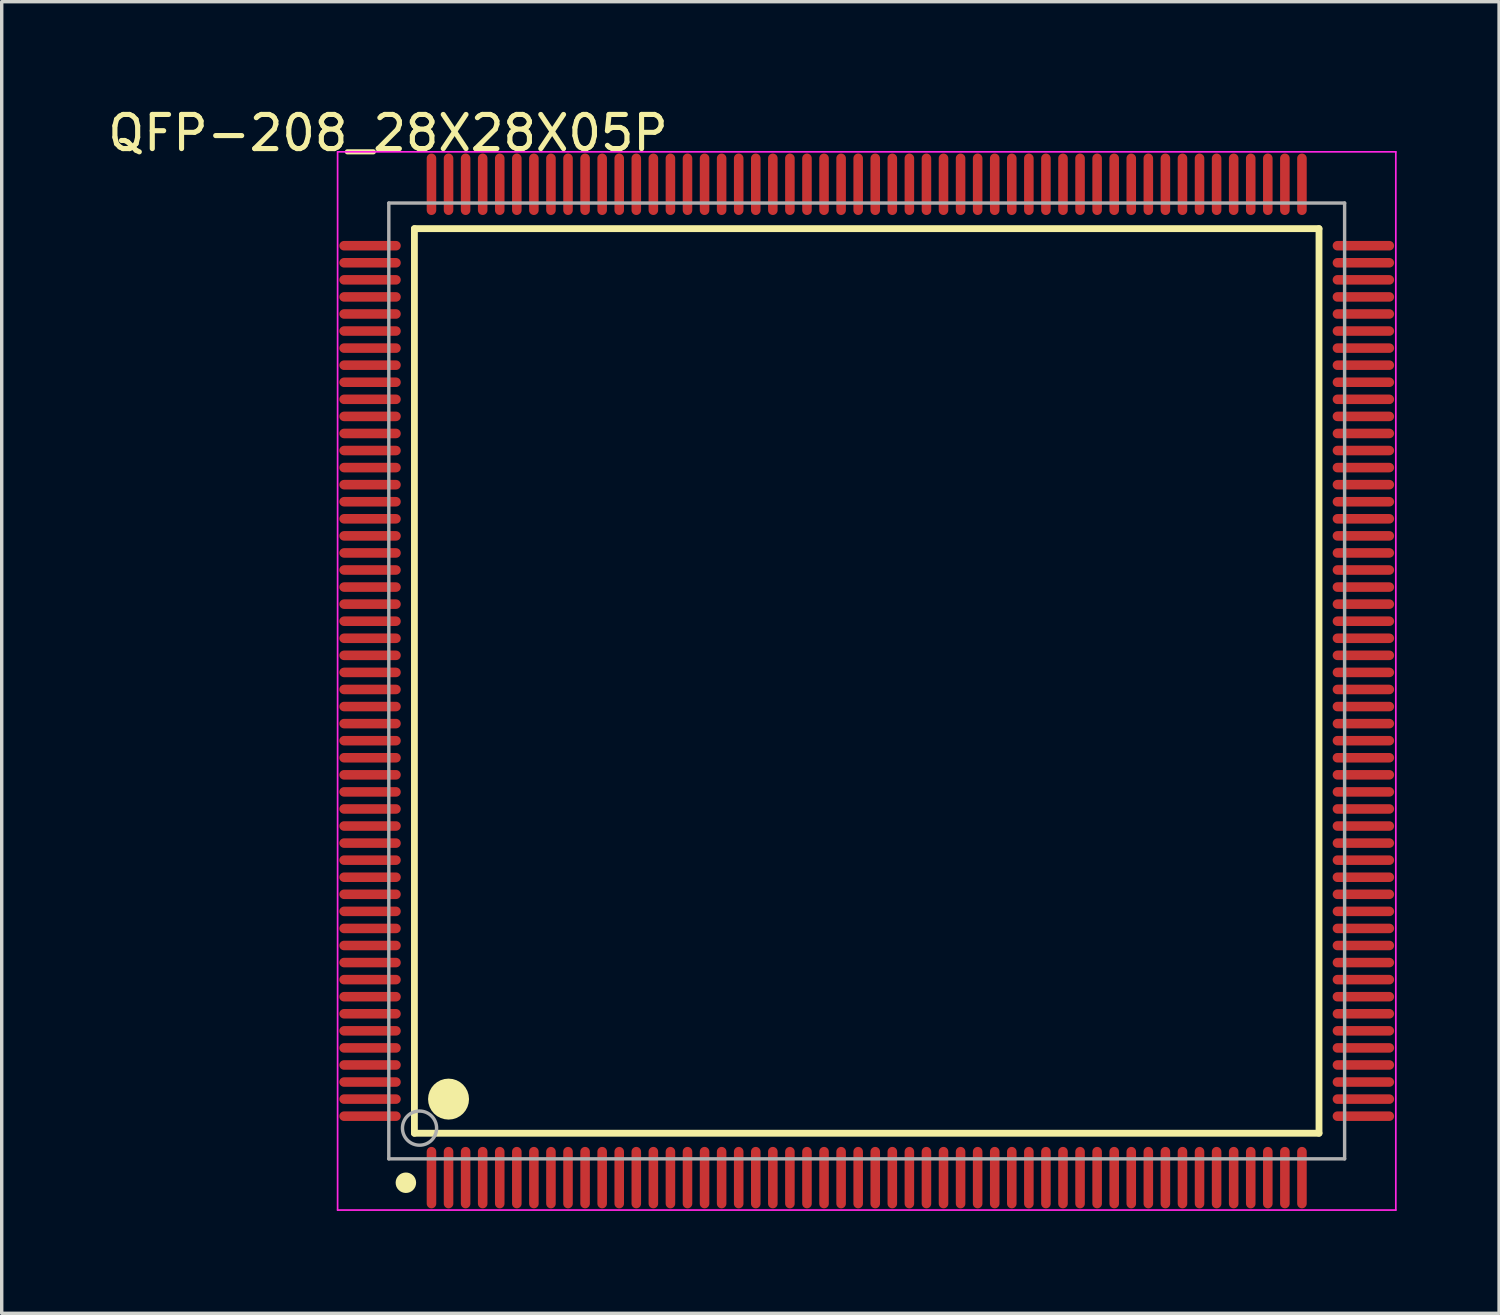
<source format=kicad_pcb>
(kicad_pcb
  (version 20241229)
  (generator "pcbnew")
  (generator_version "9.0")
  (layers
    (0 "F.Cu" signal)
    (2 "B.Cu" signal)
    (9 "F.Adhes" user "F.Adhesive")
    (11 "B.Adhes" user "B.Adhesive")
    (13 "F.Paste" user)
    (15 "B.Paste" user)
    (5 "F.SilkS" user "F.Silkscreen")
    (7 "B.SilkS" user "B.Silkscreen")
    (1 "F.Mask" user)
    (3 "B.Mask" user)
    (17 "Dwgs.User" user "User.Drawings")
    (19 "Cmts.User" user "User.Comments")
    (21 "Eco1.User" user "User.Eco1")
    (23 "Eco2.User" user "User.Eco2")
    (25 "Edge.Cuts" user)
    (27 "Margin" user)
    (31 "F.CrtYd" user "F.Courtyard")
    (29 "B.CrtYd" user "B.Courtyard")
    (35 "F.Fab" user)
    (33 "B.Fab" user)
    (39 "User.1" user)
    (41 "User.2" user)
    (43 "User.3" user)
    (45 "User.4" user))
  (footprint "QFP-208_28X28X05P"
    (layer "F.Cu")
    (at 22.34 16.898)
    (property "Reference" "QFP-208_28X28X05P" (at -14.024 -16.05 0) (layer "F.SilkS") (effects (font (size 1 1) (thickness 0.15))))
    (attr through_hole)
    (fp_line (start -13.25 -13.25) (end 13.25 -13.25) (stroke (width 0.2) (type solid)) (layer "F.SilkS"))
    (fp_line (start -13.25 13.25) (end -13.25 -13.25) (stroke (width 0.2) (type solid)) (layer "F.SilkS"))
    (fp_line (start -13.25 13.25) (end 13.25 13.25) (stroke (width 0.2) (type solid)) (layer "F.SilkS"))
    (fp_line (start 13.25 13.25) (end 13.25 -13.25) (stroke (width 0.2) (type solid)) (layer "F.SilkS"))
    (fp_circle (center -13.5 14.7) (end -13.35 14.7) (stroke (width 0.3) (type solid)) (fill no) (layer "F.SilkS"))
    (fp_circle (center -12.25 12.25) (end -11.95 12.25) (stroke (width 0.6) (type solid)) (fill no) (layer "F.SilkS"))
    (fp_line (start -15.5 -15.5) (end 15.5 -15.5) (stroke (width 0.05) (type solid)) (layer "F.CrtYd"))
    (fp_line (start -15.5 15.5) (end -15.5 -15.5) (stroke (width 0.05) (type solid)) (layer "F.CrtYd"))
    (fp_line (start 15.5 -15.5) (end 15.5 15.5) (stroke (width 0.05) (type solid)) (layer "F.CrtYd"))
    (fp_line (start 15.5 15.5) (end -15.5 15.5) (stroke (width 0.05) (type solid)) (layer "F.CrtYd"))
    (fp_line (start -14 -14) (end 14 -14) (stroke (width 0.1) (type solid)) (layer "F.Fab"))
    (fp_line (start -14 14) (end -14 -14) (stroke (width 0.1) (type solid)) (layer "F.Fab"))
    (fp_line (start -14 14) (end 14 14) (stroke (width 0.1) (type solid)) (layer "F.Fab"))
    (fp_line (start 14 14) (end 14 -14) (stroke (width 0.1) (type solid)) (layer "F.Fab"))
    (fp_circle (center -13.1 13.1) (end -12.6 13.1) (stroke (width 0.1) (type solid)) (fill no) (layer "F.Fab"))
    (pad "1" smd oval (at -12.75 14.55 180) (size 0.28 1.8) (layers "F.Cu" "F.Mask" "F.Paste"))
    (pad "2" smd oval (at -12.25 14.55 180) (size 0.28 1.8) (layers "F.Cu" "F.Mask" "F.Paste"))
    (pad "3" smd oval (at -11.75 14.55 180) (size 0.28 1.8) (layers "F.Cu" "F.Mask" "F.Paste"))
    (pad "4" smd oval (at -11.25 14.55 180) (size 0.28 1.8) (layers "F.Cu" "F.Mask" "F.Paste"))
    (pad "5" smd oval (at -10.75 14.55 180) (size 0.28 1.8) (layers "F.Cu" "F.Mask" "F.Paste"))
    (pad "6" smd oval (at -10.25 14.55 180) (size 0.28 1.8) (layers "F.Cu" "F.Mask" "F.Paste"))
    (pad "7" smd oval (at -9.75 14.55 180) (size 0.28 1.8) (layers "F.Cu" "F.Mask" "F.Paste"))
    (pad "8" smd oval (at -9.25 14.55 180) (size 0.28 1.8) (layers "F.Cu" "F.Mask" "F.Paste"))
    (pad "9" smd oval (at -8.75 14.55 180) (size 0.28 1.8) (layers "F.Cu" "F.Mask" "F.Paste"))
    (pad "10" smd oval (at -8.25 14.55 180) (size 0.28 1.8) (layers "F.Cu" "F.Mask" "F.Paste"))
    (pad "11" smd oval (at -7.75 14.55 180) (size 0.28 1.8) (layers "F.Cu" "F.Mask" "F.Paste"))
    (pad "12" smd oval (at -7.25 14.55 180) (size 0.28 1.8) (layers "F.Cu" "F.Mask" "F.Paste"))
    (pad "13" smd oval (at -6.75 14.55 180) (size 0.28 1.8) (layers "F.Cu" "F.Mask" "F.Paste"))
    (pad "14" smd oval (at -6.25 14.55 180) (size 0.28 1.8) (layers "F.Cu" "F.Mask" "F.Paste"))
    (pad "15" smd oval (at -5.75 14.55 180) (size 0.28 1.8) (layers "F.Cu" "F.Mask" "F.Paste"))
    (pad "16" smd oval (at -5.25 14.55 180) (size 0.28 1.8) (layers "F.Cu" "F.Mask" "F.Paste"))
    (pad "17" smd oval (at -4.75 14.55 180) (size 0.28 1.8) (layers "F.Cu" "F.Mask" "F.Paste"))
    (pad "18" smd oval (at -4.25 14.55 180) (size 0.28 1.8) (layers "F.Cu" "F.Mask" "F.Paste"))
    (pad "19" smd oval (at -3.75 14.55 180) (size 0.28 1.8) (layers "F.Cu" "F.Mask" "F.Paste"))
    (pad "20" smd oval (at -3.25 14.55 180) (size 0.28 1.8) (layers "F.Cu" "F.Mask" "F.Paste"))
    (pad "21" smd oval (at -2.75 14.55 180) (size 0.28 1.8) (layers "F.Cu" "F.Mask" "F.Paste"))
    (pad "22" smd oval (at -2.25 14.55 180) (size 0.28 1.8) (layers "F.Cu" "F.Mask" "F.Paste"))
    (pad "23" smd oval (at -1.75 14.55 180) (size 0.28 1.8) (layers "F.Cu" "F.Mask" "F.Paste"))
    (pad "24" smd oval (at -1.25 14.55 180) (size 0.28 1.8) (layers "F.Cu" "F.Mask" "F.Paste"))
    (pad "25" smd oval (at -0.75 14.55 180) (size 0.28 1.8) (layers "F.Cu" "F.Mask" "F.Paste"))
    (pad "26" smd oval (at -0.25 14.55 180) (size 0.28 1.8) (layers "F.Cu" "F.Mask" "F.Paste"))
    (pad "27" smd oval (at 0.25 14.55 180) (size 0.28 1.8) (layers "F.Cu" "F.Mask" "F.Paste"))
    (pad "28" smd oval (at 0.75 14.55 180) (size 0.28 1.8) (layers "F.Cu" "F.Mask" "F.Paste"))
    (pad "29" smd oval (at 1.25 14.55 180) (size 0.28 1.8) (layers "F.Cu" "F.Mask" "F.Paste"))
    (pad "30" smd oval (at 1.75 14.55 180) (size 0.28 1.8) (layers "F.Cu" "F.Mask" "F.Paste"))
    (pad "31" smd oval (at 2.25 14.55 180) (size 0.28 1.8) (layers "F.Cu" "F.Mask" "F.Paste"))
    (pad "32" smd oval (at 2.75 14.55 180) (size 0.28 1.8) (layers "F.Cu" "F.Mask" "F.Paste"))
    (pad "33" smd oval (at 3.25 14.55 180) (size 0.28 1.8) (layers "F.Cu" "F.Mask" "F.Paste"))
    (pad "34" smd oval (at 3.75 14.55 180) (size 0.28 1.8) (layers "F.Cu" "F.Mask" "F.Paste"))
    (pad "35" smd oval (at 4.25 14.55 180) (size 0.28 1.8) (layers "F.Cu" "F.Mask" "F.Paste"))
    (pad "36" smd oval (at 4.75 14.55 180) (size 0.28 1.8) (layers "F.Cu" "F.Mask" "F.Paste"))
    (pad "37" smd oval (at 5.25 14.55 180) (size 0.28 1.8) (layers "F.Cu" "F.Mask" "F.Paste"))
    (pad "38" smd oval (at 5.75 14.55 180) (size 0.28 1.8) (layers "F.Cu" "F.Mask" "F.Paste"))
    (pad "39" smd oval (at 6.25 14.55 180) (size 0.28 1.8) (layers "F.Cu" "F.Mask" "F.Paste"))
    (pad "40" smd oval (at 6.75 14.55 180) (size 0.28 1.8) (layers "F.Cu" "F.Mask" "F.Paste"))
    (pad "41" smd oval (at 7.25 14.55 180) (size 0.28 1.8) (layers "F.Cu" "F.Mask" "F.Paste"))
    (pad "42" smd oval (at 7.75 14.55 180) (size 0.28 1.8) (layers "F.Cu" "F.Mask" "F.Paste"))
    (pad "43" smd oval (at 8.25 14.55 180) (size 0.28 1.8) (layers "F.Cu" "F.Mask" "F.Paste"))
    (pad "44" smd oval (at 8.75 14.55 180) (size 0.28 1.8) (layers "F.Cu" "F.Mask" "F.Paste"))
    (pad "45" smd oval (at 9.25 14.55 180) (size 0.28 1.8) (layers "F.Cu" "F.Mask" "F.Paste"))
    (pad "46" smd oval (at 9.75 14.55 180) (size 0.28 1.8) (layers "F.Cu" "F.Mask" "F.Paste"))
    (pad "47" smd oval (at 10.25 14.55 180) (size 0.28 1.8) (layers "F.Cu" "F.Mask" "F.Paste"))
    (pad "48" smd oval (at 10.75 14.55 180) (size 0.28 1.8) (layers "F.Cu" "F.Mask" "F.Paste"))
    (pad "49" smd oval (at 11.25 14.55 180) (size 0.28 1.8) (layers "F.Cu" "F.Mask" "F.Paste"))
    (pad "50" smd oval (at 11.75 14.55 180) (size 0.28 1.8) (layers "F.Cu" "F.Mask" "F.Paste"))
    (pad "51" smd oval (at 12.25 14.55 180) (size 0.28 1.8) (layers "F.Cu" "F.Mask" "F.Paste"))
    (pad "52" smd oval (at 12.75 14.55 180) (size 0.28 1.8) (layers "F.Cu" "F.Mask" "F.Paste"))
    (pad "53" smd oval (at 14.55 12.75 90) (size 0.28 1.8) (layers "F.Cu" "F.Mask" "F.Paste"))
    (pad "54" smd oval (at 14.55 12.25 90) (size 0.28 1.8) (layers "F.Cu" "F.Mask" "F.Paste"))
    (pad "55" smd oval (at 14.55 11.75 90) (size 0.28 1.8) (layers "F.Cu" "F.Mask" "F.Paste"))
    (pad "56" smd oval (at 14.55 11.25 90) (size 0.28 1.8) (layers "F.Cu" "F.Mask" "F.Paste"))
    (pad "57" smd oval (at 14.55 10.75 90) (size 0.28 1.8) (layers "F.Cu" "F.Mask" "F.Paste"))
    (pad "58" smd oval (at 14.55 10.25 90) (size 0.28 1.8) (layers "F.Cu" "F.Mask" "F.Paste"))
    (pad "59" smd oval (at 14.55 9.75 90) (size 0.28 1.8) (layers "F.Cu" "F.Mask" "F.Paste"))
    (pad "60" smd oval (at 14.55 9.25 90) (size 0.28 1.8) (layers "F.Cu" "F.Mask" "F.Paste"))
    (pad "61" smd oval (at 14.55 8.75 90) (size 0.28 1.8) (layers "F.Cu" "F.Mask" "F.Paste"))
    (pad "62" smd oval (at 14.55 8.25 90) (size 0.28 1.8) (layers "F.Cu" "F.Mask" "F.Paste"))
    (pad "63" smd oval (at 14.55 7.75 90) (size 0.28 1.8) (layers "F.Cu" "F.Mask" "F.Paste"))
    (pad "64" smd oval (at 14.55 7.25 90) (size 0.28 1.8) (layers "F.Cu" "F.Mask" "F.Paste"))
    (pad "65" smd oval (at 14.55 6.75 90) (size 0.28 1.8) (layers "F.Cu" "F.Mask" "F.Paste"))
    (pad "66" smd oval (at 14.55 6.25 90) (size 0.28 1.8) (layers "F.Cu" "F.Mask" "F.Paste"))
    (pad "67" smd oval (at 14.55 5.75 90) (size 0.28 1.8) (layers "F.Cu" "F.Mask" "F.Paste"))
    (pad "68" smd oval (at 14.55 5.25 90) (size 0.28 1.8) (layers "F.Cu" "F.Mask" "F.Paste"))
    (pad "69" smd oval (at 14.55 4.75 90) (size 0.28 1.8) (layers "F.Cu" "F.Mask" "F.Paste"))
    (pad "70" smd oval (at 14.55 4.25 90) (size 0.28 1.8) (layers "F.Cu" "F.Mask" "F.Paste"))
    (pad "71" smd oval (at 14.55 3.75 90) (size 0.28 1.8) (layers "F.Cu" "F.Mask" "F.Paste"))
    (pad "72" smd oval (at 14.55 3.25 90) (size 0.28 1.8) (layers "F.Cu" "F.Mask" "F.Paste"))
    (pad "73" smd oval (at 14.55 2.75 90) (size 0.28 1.8) (layers "F.Cu" "F.Mask" "F.Paste"))
    (pad "74" smd oval (at 14.55 2.25 90) (size 0.28 1.8) (layers "F.Cu" "F.Mask" "F.Paste"))
    (pad "75" smd oval (at 14.55 1.75 90) (size 0.28 1.8) (layers "F.Cu" "F.Mask" "F.Paste"))
    (pad "76" smd oval (at 14.55 1.25 90) (size 0.28 1.8) (layers "F.Cu" "F.Mask" "F.Paste"))
    (pad "77" smd oval (at 14.55 0.75 90) (size 0.28 1.8) (layers "F.Cu" "F.Mask" "F.Paste"))
    (pad "78" smd oval (at 14.55 0.25 90) (size 0.28 1.8) (layers "F.Cu" "F.Mask" "F.Paste"))
    (pad "79" smd oval (at 14.55 -0.25 90) (size 0.28 1.8) (layers "F.Cu" "F.Mask" "F.Paste"))
    (pad "80" smd oval (at 14.55 -0.75 90) (size 0.28 1.8) (layers "F.Cu" "F.Mask" "F.Paste"))
    (pad "81" smd oval (at 14.55 -1.25 90) (size 0.28 1.8) (layers "F.Cu" "F.Mask" "F.Paste"))
    (pad "82" smd oval (at 14.55 -1.75 90) (size 0.28 1.8) (layers "F.Cu" "F.Mask" "F.Paste"))
    (pad "83" smd oval (at 14.55 -2.25 90) (size 0.28 1.8) (layers "F.Cu" "F.Mask" "F.Paste"))
    (pad "84" smd oval (at 14.55 -2.75 90) (size 0.28 1.8) (layers "F.Cu" "F.Mask" "F.Paste"))
    (pad "85" smd oval (at 14.55 -3.25 90) (size 0.28 1.8) (layers "F.Cu" "F.Mask" "F.Paste"))
    (pad "86" smd oval (at 14.55 -3.75 90) (size 0.28 1.8) (layers "F.Cu" "F.Mask" "F.Paste"))
    (pad "87" smd oval (at 14.55 -4.25 90) (size 0.28 1.8) (layers "F.Cu" "F.Mask" "F.Paste"))
    (pad "88" smd oval (at 14.55 -4.75 90) (size 0.28 1.8) (layers "F.Cu" "F.Mask" "F.Paste"))
    (pad "89" smd oval (at 14.55 -5.25 90) (size 0.28 1.8) (layers "F.Cu" "F.Mask" "F.Paste"))
    (pad "90" smd oval (at 14.55 -5.75 90) (size 0.28 1.8) (layers "F.Cu" "F.Mask" "F.Paste"))
    (pad "91" smd oval (at 14.55 -6.25 90) (size 0.28 1.8) (layers "F.Cu" "F.Mask" "F.Paste"))
    (pad "92" smd oval (at 14.55 -6.75 90) (size 0.28 1.8) (layers "F.Cu" "F.Mask" "F.Paste"))
    (pad "93" smd oval (at 14.55 -7.25 90) (size 0.28 1.8) (layers "F.Cu" "F.Mask" "F.Paste"))
    (pad "94" smd oval (at 14.55 -7.75 90) (size 0.28 1.8) (layers "F.Cu" "F.Mask" "F.Paste"))
    (pad "95" smd oval (at 14.55 -8.25 90) (size 0.28 1.8) (layers "F.Cu" "F.Mask" "F.Paste"))
    (pad "96" smd oval (at 14.55 -8.75 90) (size 0.28 1.8) (layers "F.Cu" "F.Mask" "F.Paste"))
    (pad "97" smd oval (at 14.55 -9.25 90) (size 0.28 1.8) (layers "F.Cu" "F.Mask" "F.Paste"))
    (pad "98" smd oval (at 14.55 -9.75 90) (size 0.28 1.8) (layers "F.Cu" "F.Mask" "F.Paste"))
    (pad "99" smd oval (at 14.55 -10.25 90) (size 0.28 1.8) (layers "F.Cu" "F.Mask" "F.Paste"))
    (pad "100" smd oval (at 14.55 -10.75 90) (size 0.28 1.8) (layers "F.Cu" "F.Mask" "F.Paste"))
    (pad "101" smd oval (at 14.55 -11.25 90) (size 0.28 1.8) (layers "F.Cu" "F.Mask" "F.Paste"))
    (pad "102" smd oval (at 14.55 -11.75 90) (size 0.28 1.8) (layers "F.Cu" "F.Mask" "F.Paste"))
    (pad "103" smd oval (at 14.55 -12.25 90) (size 0.28 1.8) (layers "F.Cu" "F.Mask" "F.Paste"))
    (pad "104" smd oval (at 14.55 -12.75 90) (size 0.28 1.8) (layers "F.Cu" "F.Mask" "F.Paste"))
    (pad "105" smd oval (at 12.75 -14.55 180) (size 0.28 1.8) (layers "F.Cu" "F.Mask" "F.Paste"))
    (pad "106" smd oval (at 12.25 -14.55 180) (size 0.28 1.8) (layers "F.Cu" "F.Mask" "F.Paste"))
    (pad "107" smd oval (at 11.75 -14.55 180) (size 0.28 1.8) (layers "F.Cu" "F.Mask" "F.Paste"))
    (pad "108" smd oval (at 11.25 -14.55 180) (size 0.28 1.8) (layers "F.Cu" "F.Mask" "F.Paste"))
    (pad "109" smd oval (at 10.75 -14.55 180) (size 0.28 1.8) (layers "F.Cu" "F.Mask" "F.Paste"))
    (pad "110" smd oval (at 10.25 -14.55 180) (size 0.28 1.8) (layers "F.Cu" "F.Mask" "F.Paste"))
    (pad "111" smd oval (at 9.75 -14.55 180) (size 0.28 1.8) (layers "F.Cu" "F.Mask" "F.Paste"))
    (pad "112" smd oval (at 9.25 -14.55 180) (size 0.28 1.8) (layers "F.Cu" "F.Mask" "F.Paste"))
    (pad "113" smd oval (at 8.75 -14.55 180) (size 0.28 1.8) (layers "F.Cu" "F.Mask" "F.Paste"))
    (pad "114" smd oval (at 8.25 -14.55 180) (size 0.28 1.8) (layers "F.Cu" "F.Mask" "F.Paste"))
    (pad "115" smd oval (at 7.75 -14.55 180) (size 0.28 1.8) (layers "F.Cu" "F.Mask" "F.Paste"))
    (pad "116" smd oval (at 7.25 -14.55 180) (size 0.28 1.8) (layers "F.Cu" "F.Mask" "F.Paste"))
    (pad "117" smd oval (at 6.75 -14.55 180) (size 0.28 1.8) (layers "F.Cu" "F.Mask" "F.Paste"))
    (pad "118" smd oval (at 6.25 -14.55 180) (size 0.28 1.8) (layers "F.Cu" "F.Mask" "F.Paste"))
    (pad "119" smd oval (at 5.75 -14.55 180) (size 0.28 1.8) (layers "F.Cu" "F.Mask" "F.Paste"))
    (pad "120" smd oval (at 5.25 -14.55 180) (size 0.28 1.8) (layers "F.Cu" "F.Mask" "F.Paste"))
    (pad "121" smd oval (at 4.75 -14.55 180) (size 0.28 1.8) (layers "F.Cu" "F.Mask" "F.Paste"))
    (pad "122" smd oval (at 4.25 -14.55 180) (size 0.28 1.8) (layers "F.Cu" "F.Mask" "F.Paste"))
    (pad "123" smd oval (at 3.75 -14.55 180) (size 0.28 1.8) (layers "F.Cu" "F.Mask" "F.Paste"))
    (pad "124" smd oval (at 3.25 -14.55 180) (size 0.28 1.8) (layers "F.Cu" "F.Mask" "F.Paste"))
    (pad "125" smd oval (at 2.75 -14.55 180) (size 0.28 1.8) (layers "F.Cu" "F.Mask" "F.Paste"))
    (pad "126" smd oval (at 2.25 -14.55 180) (size 0.28 1.8) (layers "F.Cu" "F.Mask" "F.Paste"))
    (pad "127" smd oval (at 1.75 -14.55 180) (size 0.28 1.8) (layers "F.Cu" "F.Mask" "F.Paste"))
    (pad "128" smd oval (at 1.25 -14.55 180) (size 0.28 1.8) (layers "F.Cu" "F.Mask" "F.Paste"))
    (pad "129" smd oval (at 0.75 -14.55 180) (size 0.28 1.8) (layers "F.Cu" "F.Mask" "F.Paste"))
    (pad "130" smd oval (at 0.25 -14.55 180) (size 0.28 1.8) (layers "F.Cu" "F.Mask" "F.Paste"))
    (pad "131" smd oval (at -0.25 -14.55 180) (size 0.28 1.8) (layers "F.Cu" "F.Mask" "F.Paste"))
    (pad "132" smd oval (at -0.75 -14.55 180) (size 0.28 1.8) (layers "F.Cu" "F.Mask" "F.Paste"))
    (pad "133" smd oval (at -1.25 -14.55 180) (size 0.28 1.8) (layers "F.Cu" "F.Mask" "F.Paste"))
    (pad "134" smd oval (at -1.75 -14.55 180) (size 0.28 1.8) (layers "F.Cu" "F.Mask" "F.Paste"))
    (pad "135" smd oval (at -2.25 -14.55 180) (size 0.28 1.8) (layers "F.Cu" "F.Mask" "F.Paste"))
    (pad "136" smd oval (at -2.75 -14.55 180) (size 0.28 1.8) (layers "F.Cu" "F.Mask" "F.Paste"))
    (pad "137" smd oval (at -3.25 -14.55 180) (size 0.28 1.8) (layers "F.Cu" "F.Mask" "F.Paste"))
    (pad "138" smd oval (at -3.75 -14.55 180) (size 0.28 1.8) (layers "F.Cu" "F.Mask" "F.Paste"))
    (pad "139" smd oval (at -4.25 -14.55 180) (size 0.28 1.8) (layers "F.Cu" "F.Mask" "F.Paste"))
    (pad "140" smd oval (at -4.75 -14.55 180) (size 0.28 1.8) (layers "F.Cu" "F.Mask" "F.Paste"))
    (pad "141" smd oval (at -5.25 -14.55 180) (size 0.28 1.8) (layers "F.Cu" "F.Mask" "F.Paste"))
    (pad "142" smd oval (at -5.75 -14.55 180) (size 0.28 1.8) (layers "F.Cu" "F.Mask" "F.Paste"))
    (pad "143" smd oval (at -6.25 -14.55 180) (size 0.28 1.8) (layers "F.Cu" "F.Mask" "F.Paste"))
    (pad "144" smd oval (at -6.75 -14.55 180) (size 0.28 1.8) (layers "F.Cu" "F.Mask" "F.Paste"))
    (pad "145" smd oval (at -7.25 -14.55 180) (size 0.28 1.8) (layers "F.Cu" "F.Mask" "F.Paste"))
    (pad "146" smd oval (at -7.75 -14.55 180) (size 0.28 1.8) (layers "F.Cu" "F.Mask" "F.Paste"))
    (pad "147" smd oval (at -8.25 -14.55 180) (size 0.28 1.8) (layers "F.Cu" "F.Mask" "F.Paste"))
    (pad "148" smd oval (at -8.75 -14.55 180) (size 0.28 1.8) (layers "F.Cu" "F.Mask" "F.Paste"))
    (pad "149" smd oval (at -9.25 -14.55 180) (size 0.28 1.8) (layers "F.Cu" "F.Mask" "F.Paste"))
    (pad "150" smd oval (at -9.75 -14.55 180) (size 0.28 1.8) (layers "F.Cu" "F.Mask" "F.Paste"))
    (pad "151" smd oval (at -10.25 -14.55 180) (size 0.28 1.8) (layers "F.Cu" "F.Mask" "F.Paste"))
    (pad "152" smd oval (at -10.75 -14.55 180) (size 0.28 1.8) (layers "F.Cu" "F.Mask" "F.Paste"))
    (pad "153" smd oval (at -11.25 -14.55 180) (size 0.28 1.8) (layers "F.Cu" "F.Mask" "F.Paste"))
    (pad "154" smd oval (at -11.75 -14.55 180) (size 0.28 1.8) (layers "F.Cu" "F.Mask" "F.Paste"))
    (pad "155" smd oval (at -12.25 -14.55 180) (size 0.28 1.8) (layers "F.Cu" "F.Mask" "F.Paste"))
    (pad "156" smd oval (at -12.75 -14.55 180) (size 0.28 1.8) (layers "F.Cu" "F.Mask" "F.Paste"))
    (pad "157" smd oval (at -14.55 -12.75 90) (size 0.28 1.8) (layers "F.Cu" "F.Mask" "F.Paste"))
    (pad "158" smd oval (at -14.55 -12.25 90) (size 0.28 1.8) (layers "F.Cu" "F.Mask" "F.Paste"))
    (pad "159" smd oval (at -14.55 -11.75 90) (size 0.28 1.8) (layers "F.Cu" "F.Mask" "F.Paste"))
    (pad "160" smd oval (at -14.55 -11.25 90) (size 0.28 1.8) (layers "F.Cu" "F.Mask" "F.Paste"))
    (pad "161" smd oval (at -14.55 -10.75 90) (size 0.28 1.8) (layers "F.Cu" "F.Mask" "F.Paste"))
    (pad "162" smd oval (at -14.55 -10.25 90) (size 0.28 1.8) (layers "F.Cu" "F.Mask" "F.Paste"))
    (pad "163" smd oval (at -14.55 -9.75 90) (size 0.28 1.8) (layers "F.Cu" "F.Mask" "F.Paste"))
    (pad "164" smd oval (at -14.55 -9.25 90) (size 0.28 1.8) (layers "F.Cu" "F.Mask" "F.Paste"))
    (pad "165" smd oval (at -14.55 -8.75 90) (size 0.28 1.8) (layers "F.Cu" "F.Mask" "F.Paste"))
    (pad "166" smd oval (at -14.55 -8.25 90) (size 0.28 1.8) (layers "F.Cu" "F.Mask" "F.Paste"))
    (pad "167" smd oval (at -14.55 -7.75 90) (size 0.28 1.8) (layers "F.Cu" "F.Mask" "F.Paste"))
    (pad "168" smd oval (at -14.55 -7.25 90) (size 0.28 1.8) (layers "F.Cu" "F.Mask" "F.Paste"))
    (pad "169" smd oval (at -14.55 -6.75 90) (size 0.28 1.8) (layers "F.Cu" "F.Mask" "F.Paste"))
    (pad "170" smd oval (at -14.55 -6.25 90) (size 0.28 1.8) (layers "F.Cu" "F.Mask" "F.Paste"))
    (pad "171" smd oval (at -14.55 -5.75 90) (size 0.28 1.8) (layers "F.Cu" "F.Mask" "F.Paste"))
    (pad "172" smd oval (at -14.55 -5.25 90) (size 0.28 1.8) (layers "F.Cu" "F.Mask" "F.Paste"))
    (pad "173" smd oval (at -14.55 -4.75 90) (size 0.28 1.8) (layers "F.Cu" "F.Mask" "F.Paste"))
    (pad "174" smd oval (at -14.55 -4.25 90) (size 0.28 1.8) (layers "F.Cu" "F.Mask" "F.Paste"))
    (pad "175" smd oval (at -14.55 -3.75 90) (size 0.28 1.8) (layers "F.Cu" "F.Mask" "F.Paste"))
    (pad "176" smd oval (at -14.55 -3.25 90) (size 0.28 1.8) (layers "F.Cu" "F.Mask" "F.Paste"))
    (pad "177" smd oval (at -14.55 -2.75 90) (size 0.28 1.8) (layers "F.Cu" "F.Mask" "F.Paste"))
    (pad "178" smd oval (at -14.55 -2.25 90) (size 0.28 1.8) (layers "F.Cu" "F.Mask" "F.Paste"))
    (pad "179" smd oval (at -14.55 -1.75 90) (size 0.28 1.8) (layers "F.Cu" "F.Mask" "F.Paste"))
    (pad "180" smd oval (at -14.55 -1.25 90) (size 0.28 1.8) (layers "F.Cu" "F.Mask" "F.Paste"))
    (pad "181" smd oval (at -14.55 -0.75 90) (size 0.28 1.8) (layers "F.Cu" "F.Mask" "F.Paste"))
    (pad "182" smd oval (at -14.55 -0.25 90) (size 0.28 1.8) (layers "F.Cu" "F.Mask" "F.Paste"))
    (pad "183" smd oval (at -14.55 0.25 90) (size 0.28 1.8) (layers "F.Cu" "F.Mask" "F.Paste"))
    (pad "184" smd oval (at -14.55 0.75 90) (size 0.28 1.8) (layers "F.Cu" "F.Mask" "F.Paste"))
    (pad "185" smd oval (at -14.55 1.25 90) (size 0.28 1.8) (layers "F.Cu" "F.Mask" "F.Paste"))
    (pad "186" smd oval (at -14.55 1.75 90) (size 0.28 1.8) (layers "F.Cu" "F.Mask" "F.Paste"))
    (pad "187" smd oval (at -14.55 2.25 90) (size 0.28 1.8) (layers "F.Cu" "F.Mask" "F.Paste"))
    (pad "188" smd oval (at -14.55 2.75 90) (size 0.28 1.8) (layers "F.Cu" "F.Mask" "F.Paste"))
    (pad "189" smd oval (at -14.55 3.25 90) (size 0.28 1.8) (layers "F.Cu" "F.Mask" "F.Paste"))
    (pad "190" smd oval (at -14.55 3.75 90) (size 0.28 1.8) (layers "F.Cu" "F.Mask" "F.Paste"))
    (pad "191" smd oval (at -14.55 4.25 90) (size 0.28 1.8) (layers "F.Cu" "F.Mask" "F.Paste"))
    (pad "192" smd oval (at -14.55 4.75 90) (size 0.28 1.8) (layers "F.Cu" "F.Mask" "F.Paste"))
    (pad "193" smd oval (at -14.55 5.25 90) (size 0.28 1.8) (layers "F.Cu" "F.Mask" "F.Paste"))
    (pad "194" smd oval (at -14.55 5.75 90) (size 0.28 1.8) (layers "F.Cu" "F.Mask" "F.Paste"))
    (pad "195" smd oval (at -14.55 6.25 90) (size 0.28 1.8) (layers "F.Cu" "F.Mask" "F.Paste"))
    (pad "196" smd oval (at -14.55 6.75 90) (size 0.28 1.8) (layers "F.Cu" "F.Mask" "F.Paste"))
    (pad "197" smd oval (at -14.55 7.25 90) (size 0.28 1.8) (layers "F.Cu" "F.Mask" "F.Paste"))
    (pad "198" smd oval (at -14.55 7.75 90) (size 0.28 1.8) (layers "F.Cu" "F.Mask" "F.Paste"))
    (pad "199" smd oval (at -14.55 8.25 90) (size 0.28 1.8) (layers "F.Cu" "F.Mask" "F.Paste"))
    (pad "200" smd oval (at -14.55 8.75 90) (size 0.28 1.8) (layers "F.Cu" "F.Mask" "F.Paste"))
    (pad "201" smd oval (at -14.55 9.25 90) (size 0.28 1.8) (layers "F.Cu" "F.Mask" "F.Paste"))
    (pad "202" smd oval (at -14.55 9.75 90) (size 0.28 1.8) (layers "F.Cu" "F.Mask" "F.Paste"))
    (pad "203" smd oval (at -14.55 10.25 90) (size 0.28 1.8) (layers "F.Cu" "F.Mask" "F.Paste"))
    (pad "204" smd oval (at -14.55 10.75 90) (size 0.28 1.8) (layers "F.Cu" "F.Mask" "F.Paste"))
    (pad "205" smd oval (at -14.55 11.25 90) (size 0.28 1.8) (layers "F.Cu" "F.Mask" "F.Paste"))
    (pad "206" smd oval (at -14.55 11.75 90) (size 0.28 1.8) (layers "F.Cu" "F.Mask" "F.Paste"))
    (pad "207" smd oval (at -14.55 12.25 90) (size 0.28 1.8) (layers "F.Cu" "F.Mask" "F.Paste"))
    (pad "208" smd oval (at -14.55 12.75 90) (size 0.28 1.8) (layers "F.Cu" "F.Mask" "F.Paste")))
  (gr_rect
    (start -3 -3)
    (end 40.865 35.423)
    (stroke (width 0.1) (type default))
    (fill no)
    (layer "Edge.Cuts")))
</source>
